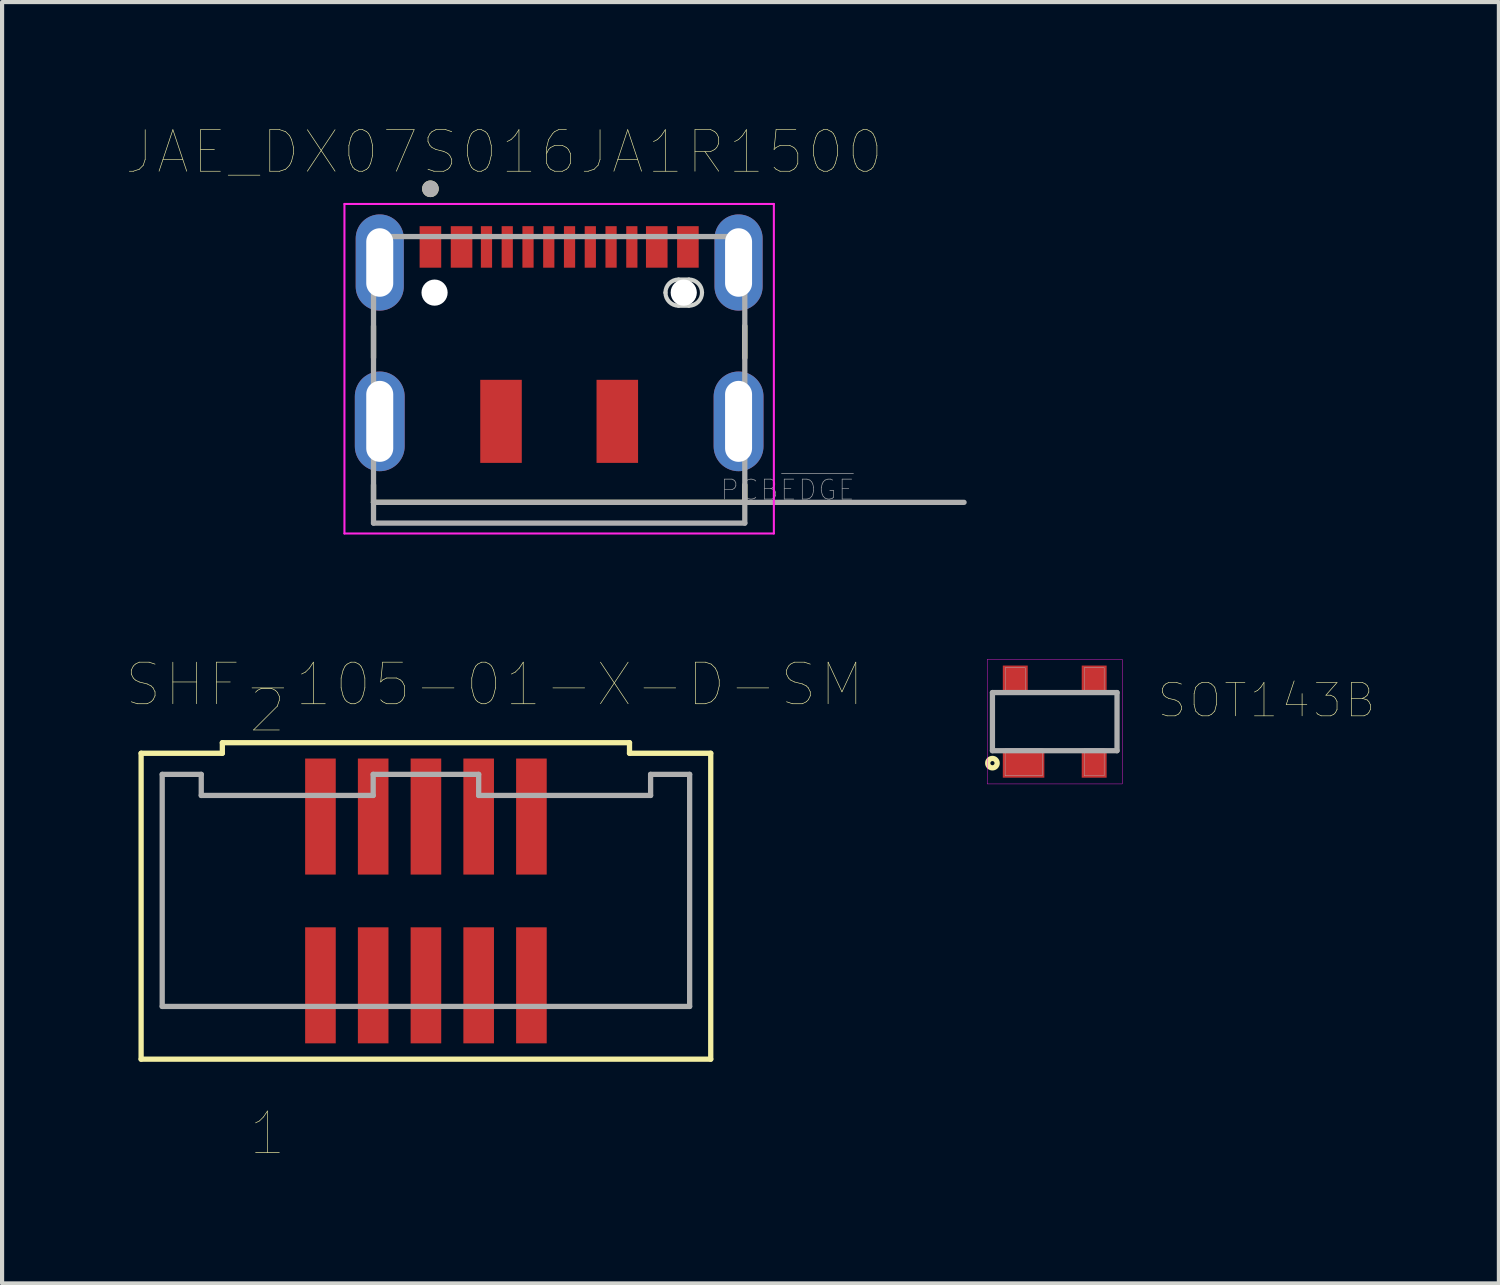
<source format=kicad_pcb>
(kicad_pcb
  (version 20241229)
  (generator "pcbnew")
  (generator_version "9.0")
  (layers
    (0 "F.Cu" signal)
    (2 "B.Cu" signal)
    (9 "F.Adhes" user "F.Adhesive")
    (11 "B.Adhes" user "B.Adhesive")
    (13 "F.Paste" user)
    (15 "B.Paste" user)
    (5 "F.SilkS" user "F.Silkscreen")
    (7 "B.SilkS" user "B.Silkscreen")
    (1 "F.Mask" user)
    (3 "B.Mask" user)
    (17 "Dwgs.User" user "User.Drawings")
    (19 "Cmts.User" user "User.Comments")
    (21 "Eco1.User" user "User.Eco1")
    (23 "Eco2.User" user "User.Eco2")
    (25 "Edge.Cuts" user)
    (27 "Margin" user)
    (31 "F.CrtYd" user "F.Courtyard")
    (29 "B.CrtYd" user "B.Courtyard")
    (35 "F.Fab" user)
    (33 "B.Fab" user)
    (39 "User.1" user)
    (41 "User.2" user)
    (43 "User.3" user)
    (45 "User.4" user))
  (footprint "SOT143B"
    (layer "F.Cu")
    (at 22.347 14.326)
    (property "Reference" "SOT143B" (at 5.096 -0.51 0) (layer "F.SilkS") (effects (font (size 0.803 0.803) (thickness 0.015))))
    (attr through_hole)
    (fp_circle (center -1.5 1) (end -1.45 1) (stroke (width 0.127) (type solid)) (fill no) (layer "F.SilkS"))
    (fp_poly (pts (xy -1.202 -1.3) (xy -0.7 -1.3) (xy -0.7 -0.701) (xy -1.202 -0.701)) (stroke (width 0.01) (type solid)) (fill yes) (layer "F.Paste"))
    (fp_poly (pts (xy -1.202 0.7) (xy -0.3 0.7) (xy -0.3 1.302) (xy -1.202 1.302)) (stroke (width 0.01) (type solid)) (fill yes) (layer "F.Paste"))
    (fp_poly (pts (xy 0.701 0.7) (xy 1.2 0.7) (xy 1.2 1.301) (xy 0.701 1.301)) (stroke (width 0.01) (type solid)) (fill yes) (layer "F.Paste"))
    (fp_poly (pts (xy 0.701 -1.3) (xy 1.2 -1.3) (xy 1.2 -0.701) (xy 0.701 -0.701)) (stroke (width 0.01) (type solid)) (fill yes) (layer "F.Paste"))
    (fp_poly (pts (xy -1.626 -1.5) (xy 1.625 -1.5) (xy 1.625 1.501) (xy -1.626 1.501)) (stroke (width 0.01) (type solid)) (fill no) (layer "F.CrtYd"))
    (fp_line (start -1.5 -0.7) (end 1.5 -0.7) (stroke (width 0.127) (type solid)) (layer "F.Fab"))
    (fp_line (start -1.5 0.7) (end -1.5 -0.7) (stroke (width 0.127) (type solid)) (layer "F.Fab"))
    (fp_line (start 1.5 -0.7) (end 1.5 0.7) (stroke (width 0.127) (type solid)) (layer "F.Fab"))
    (fp_line (start 1.5 0.7) (end -1.5 0.7) (stroke (width 0.127) (type solid)) (layer "F.Fab"))
    (fp_poly (pts (xy -1.194 0.65) (xy -0.3 0.65) (xy -0.3 1.304) (xy -1.194 1.304)) (stroke (width 0.01) (type solid)) (fill no) (layer "F.Fab"))
    (fp_poly (pts (xy -1.191 -1.3) (xy -0.71 -1.3) (xy -0.71 -0.651) (xy -1.191 -0.651)) (stroke (width 0.01) (type solid)) (fill no) (layer "F.Fab"))
    (fp_poly (pts (xy 0.711 0.65) (xy 1.19 0.65) (xy 1.19 1.303) (xy 0.711 1.303)) (stroke (width 0.01) (type solid)) (fill no) (layer "F.Fab"))
    (fp_poly (pts (xy 0.712 -1.3) (xy 1.19 -1.3) (xy 1.19 -0.652) (xy 0.712 -0.652)) (stroke (width 0.01) (type solid)) (fill no) (layer "F.Fab"))
    (pad "1" smd rect (at -0.75 1) (size 1 0.7) (layers "F.Cu" "F.Mask" "F.Paste"))
    (pad "2" smd rect (at 0.95 1) (size 0.6 0.7) (layers "F.Cu" "F.Mask" "F.Paste"))
    (pad "3" smd rect (at 0.95 -1) (size 0.6 0.7) (layers "F.Cu" "F.Mask" "F.Paste"))
    (pad "4" smd rect (at -0.95 -1) (size 0.6 0.7) (layers "F.Cu" "F.Mask" "F.Paste")))
  (footprint "SHF-105-01-X-D-SM"
    (layer "F.Cu")
    (at 7.206 18.644)
    (property "Reference" "SHF-105-01-X-D-SM" (at 1.652 -5.211 0) (layer "F.SilkS") (effects (font (size 1.001 1.001) (thickness 0.015))))
    (attr through_hole)
    (fp_line (start -6.858 -3.556) (end -4.902 -3.556) (stroke (width 0.127) (type solid)) (layer "F.SilkS"))
    (fp_line (start -6.858 3.81) (end -6.858 -3.556) (stroke (width 0.127) (type solid)) (layer "F.SilkS"))
    (fp_line (start -4.902 -3.81) (end 4.902 -3.81) (stroke (width 0.127) (type solid)) (layer "F.SilkS"))
    (fp_line (start -4.902 -3.556) (end -4.902 -3.81) (stroke (width 0.127) (type solid)) (layer "F.SilkS"))
    (fp_line (start 4.902 -3.81) (end 4.902 -3.556) (stroke (width 0.127) (type solid)) (layer "F.SilkS"))
    (fp_line (start 4.902 -3.556) (end 6.858 -3.556) (stroke (width 0.127) (type solid)) (layer "F.SilkS"))
    (fp_line (start 6.858 -3.556) (end 6.858 3.81) (stroke (width 0.127) (type solid)) (layer "F.SilkS"))
    (fp_line (start 6.858 3.81) (end -6.858 3.81) (stroke (width 0.127) (type solid)) (layer "F.SilkS"))
    (fp_line (start -6.35 -3.048) (end -5.41 -3.048) (stroke (width 0.127) (type solid)) (layer "F.Fab"))
    (fp_line (start -6.35 2.54) (end -6.35 -3.048) (stroke (width 0.127) (type solid)) (layer "F.Fab"))
    (fp_line (start -5.41 -3.048) (end -5.41 -2.54) (stroke (width 0.127) (type solid)) (layer "F.Fab"))
    (fp_line (start -5.41 -2.54) (end -1.27 -2.54) (stroke (width 0.127) (type solid)) (layer "F.Fab"))
    (fp_line (start -1.27 -3.048) (end 1.27 -3.048) (stroke (width 0.127) (type solid)) (layer "F.Fab"))
    (fp_line (start -1.27 -2.54) (end -1.27 -3.048) (stroke (width 0.127) (type solid)) (layer "F.Fab"))
    (fp_line (start 1.27 -3.048) (end 1.27 -2.54) (stroke (width 0.127) (type solid)) (layer "F.Fab"))
    (fp_line (start 1.27 -2.54) (end 5.41 -2.54) (stroke (width 0.127) (type solid)) (layer "F.Fab"))
    (fp_line (start 5.41 -3.048) (end 6.35 -3.048) (stroke (width 0.127) (type solid)) (layer "F.Fab"))
    (fp_line (start 5.41 -2.54) (end 5.41 -3.048) (stroke (width 0.127) (type solid)) (layer "F.Fab"))
    (fp_line (start 6.35 -3.048) (end 6.35 2.54) (stroke (width 0.127) (type solid)) (layer "F.Fab"))
    (fp_line (start 6.35 2.54) (end -6.35 2.54) (stroke (width 0.127) (type solid)) (layer "F.Fab"))
    (fp_text user "1" (at -3.816 5.597 0) (layer "F.SilkS") (effects (font (size 1.002 1.002) (thickness 0.015))))
    (fp_text user "2" (at -3.817 -4.58 0) (layer "F.SilkS") (effects (font (size 1.002 1.002) (thickness 0.015))))
    (pad "1" smd rect (at -2.54 2.032) (size 0.737 2.794) (layers "F.Cu" "F.Mask" "F.Paste"))
    (pad "2" smd rect (at -2.54 -2.032) (size 0.737 2.794) (layers "F.Cu" "F.Mask" "F.Paste"))
    (pad "3" smd rect (at -1.27 2.032) (size 0.737 2.794) (layers "F.Cu" "F.Mask" "F.Paste"))
    (pad "4" smd rect (at -1.27 -2.032) (size 0.737 2.794) (layers "F.Cu" "F.Mask" "F.Paste"))
    (pad "5" smd rect (at 0 2.032) (size 0.737 2.794) (layers "F.Cu" "F.Mask" "F.Paste"))
    (pad "6" smd rect (at 0 -2.032) (size 0.737 2.794) (layers "F.Cu" "F.Mask" "F.Paste"))
    (pad "7" smd rect (at 1.27 2.032) (size 0.737 2.794) (layers "F.Cu" "F.Mask" "F.Paste"))
    (pad "8" smd rect (at 1.27 -2.032) (size 0.737 2.794) (layers "F.Cu" "F.Mask" "F.Paste"))
    (pad "9" smd rect (at 2.54 2.032) (size 0.737 2.794) (layers "F.Cu" "F.Mask" "F.Paste"))
    (pad "10" smd rect (at 2.54 -2.032) (size 0.737 2.794) (layers "F.Cu" "F.Mask" "F.Paste")))
  (footprint "JAE_DX07S016JA1R1500"
    (layer "F.Cu")
    (at 10.414 3.996)
    (property "Reference" "JAE_DX07S016JA1R1500" (at -1.325 -3.385 0) (layer "F.SilkS") (effects (font (size 1 1) (thickness 0.015))))
    (attr through_hole)
    (fp_line (start -4.47 0.805) (end -4.47 1.57) (stroke (width 0.127) (type solid)) (layer "F.SilkS"))
    (fp_line (start -4.47 5.05) (end -4.47 4.63) (stroke (width 0.127) (type solid)) (layer "F.SilkS"))
    (fp_line (start 4.47 0.805) (end 4.47 1.57) (stroke (width 0.127) (type solid)) (layer "F.SilkS"))
    (fp_line (start 4.47 4.63) (end 4.47 5.05) (stroke (width 0.127) (type solid)) (layer "F.SilkS"))
    (fp_line (start 4.47 5.05) (end -4.47 5.05) (stroke (width 0.127) (type solid)) (layer "F.SilkS"))
    (fp_circle (center -3.1 -2.5) (end -3 -2.5) (stroke (width 0.2) (type solid)) (fill no) (layer "F.SilkS"))
    (fp_line (start 2.875 -0.315) (end 3.125 -0.315) (stroke (width 0.1) (type solid)) (layer "Edge.Cuts"))
    (fp_line (start 3.125 0.315) (end 2.875 0.315) (stroke (width 0.1) (type solid)) (layer "Edge.Cuts"))
    (fp_arc (start 2.56 0) (mid 2.652261 -0.222739) (end 2.875 -0.315) (stroke (width 0.1) (type solid)) (layer "Edge.Cuts"))
    (fp_arc (start 2.875 0.315) (mid 2.652261 0.222739) (end 2.56 0) (stroke (width 0.1) (type solid)) (layer "Edge.Cuts"))
    (fp_arc (start 3.125 -0.315) (mid 3.347739 -0.222739) (end 3.44 0) (stroke (width 0.1) (type solid)) (layer "Edge.Cuts"))
    (fp_arc (start 3.44 0) (mid 3.347739 0.222739) (end 3.125 0.315) (stroke (width 0.1) (type solid)) (layer "Edge.Cuts"))
    (fp_line (start -5.17 -2.135) (end 5.17 -2.135) (stroke (width 0.05) (type solid)) (layer "F.CrtYd"))
    (fp_line (start -5.17 5.8) (end -5.17 -2.135) (stroke (width 0.05) (type solid)) (layer "F.CrtYd"))
    (fp_line (start 5.17 -2.135) (end 5.17 5.8) (stroke (width 0.05) (type solid)) (layer "F.CrtYd"))
    (fp_line (start 5.17 5.8) (end -5.17 5.8) (stroke (width 0.05) (type solid)) (layer "F.CrtYd"))
    (fp_line (start -4.47 -1.35) (end 4.47 -1.35) (stroke (width 0.127) (type solid)) (layer "F.Fab"))
    (fp_line (start -4.47 5.05) (end -4.47 -1.35) (stroke (width 0.127) (type solid)) (layer "F.Fab"))
    (fp_line (start -4.47 5.55) (end -4.47 5.05) (stroke (width 0.127) (type solid)) (layer "F.Fab"))
    (fp_line (start 4.47 -1.35) (end 4.47 5.05) (stroke (width 0.127) (type solid)) (layer "F.Fab"))
    (fp_line (start 4.47 5.05) (end -4.47 5.05) (stroke (width 0.127) (type solid)) (layer "F.Fab"))
    (fp_line (start 4.47 5.05) (end 4.47 5.55) (stroke (width 0.127) (type solid)) (layer "F.Fab"))
    (fp_line (start 4.47 5.05) (end 9.75 5.05) (stroke (width 0.127) (type solid)) (layer "F.Fab"))
    (fp_line (start 4.47 5.55) (end -4.47 5.55) (stroke (width 0.127) (type solid)) (layer "F.Fab"))
    (fp_circle (center -3.1 -2.5) (end -3 -2.5) (stroke (width 0.2) (type solid)) (fill no) (layer "F.Fab"))
    (fp_text user "PCB~{EDGE}" (at 5.5 4.75 0) (layer "F.Fab") (effects (font (size 0.48 0.48) (thickness 0.015))))
    (pad "" np_thru_hole circle (at -3 0) (size 0.63 0.63) (drill 0.63) (layers "*.Cu" "*.Mask"))
    (pad "" np_thru_hole circle (at 3 0) (size 0.6 0.6) (drill 0.6) (layers "*.Cu" "*.Mask"))
    (pad "" np_thru_hole circle (at 3 0) (size 0.63 0.63) (drill 0.63) (layers "*.Cu" "*.Mask"))
    (pad "1" smd rect (at -3.1 -1.1) (size 0.52 1) (layers "F.Cu" "F.Mask" "F.Paste"))
    (pad "2" smd rect (at -2.35 -1.1) (size 0.52 1) (layers "F.Cu" "F.Mask" "F.Paste"))
    (pad "3" smd rect (at -1.75 -1.1) (size 0.27 1) (layers "F.Cu" "F.Mask" "F.Paste"))
    (pad "4" smd rect (at -1.25 -1.1) (size 0.27 1) (layers "F.Cu" "F.Mask" "F.Paste"))
    (pad "5" smd rect (at -0.75 -1.1) (size 0.27 1) (layers "F.Cu" "F.Mask" "F.Paste"))
    (pad "6" smd rect (at -0.25 -1.1) (size 0.27 1) (layers "F.Cu" "F.Mask" "F.Paste"))
    (pad "7" smd rect (at 0.25 -1.1) (size 0.27 1) (layers "F.Cu" "F.Mask" "F.Paste"))
    (pad "8" smd rect (at 0.75 -1.1) (size 0.27 1) (layers "F.Cu" "F.Mask" "F.Paste"))
    (pad "9" smd rect (at 1.25 -1.1) (size 0.27 1) (layers "F.Cu" "F.Mask" "F.Paste"))
    (pad "10" smd rect (at 1.75 -1.1) (size 0.27 1) (layers "F.Cu" "F.Mask" "F.Paste"))
    (pad "11" smd rect (at 2.35 -1.1) (size 0.52 1) (layers "F.Cu" "F.Mask" "F.Paste"))
    (pad "12" smd rect (at 3.1 -1.1) (size 0.52 1) (layers "F.Cu" "F.Mask" "F.Paste"))
    (pad "S1" smd rect (at -1.4 3.1) (size 1 2) (layers "F.Cu" "F.Mask" "F.Paste"))
    (pad "S2" smd rect (at 1.4 3.1) (size 1 2) (layers "F.Cu" "F.Mask" "F.Paste"))
    (pad "S3" thru_hole oval (at -4.32 -0.725) (size 1.158 2.316) (drill oval 0.65 1.65) (layers "*.Cu" "*.Mask"))
    (pad "S4" thru_hole oval (at 4.32 -0.725) (size 1.158 2.316) (drill oval 0.65 1.65) (layers "*.Cu" "*.Mask"))
    (pad "S5" thru_hole oval (at -4.32 3.1) (size 1.2 2.4) (drill oval 0.65 1.95) (layers "*.Cu" "*.Mask"))
    (pad "S6" thru_hole oval (at 4.32 3.1) (size 1.2 2.4) (drill oval 0.65 1.95) (layers "*.Cu" "*.Mask")))
  (gr_rect
    (start -3 -3)
    (end 33.042 27.853)
    (stroke (width 0.1) (type default))
    (fill no)
    (layer "Edge.Cuts")))
</source>
